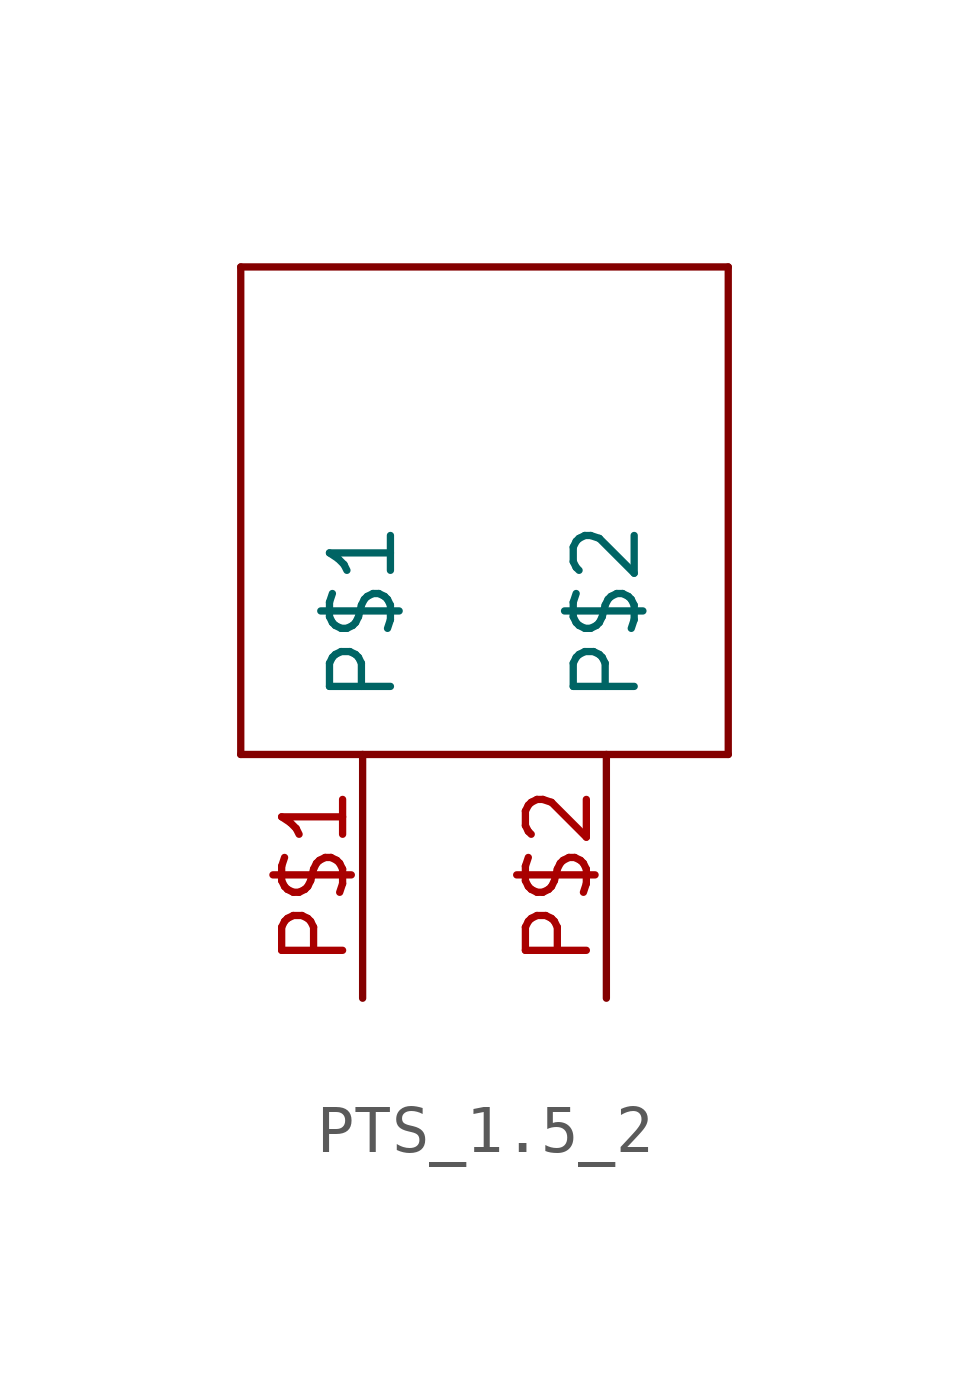
<source format=kicad_sym>
(kicad_symbol_lib
  (version 20220914)
  (generator kicad_symbol_editor)
  (symbol "PTS_1.5_2"
    (pin_names
      (offset 1.016))
    (property "Reference" "T3"
      (at 0 0 0)
      (effects (font (size 1.27 1.27)) hide))
    (symbol "PTS_1.5_2_1_0"
      (polyline (pts (xy -5.08 -5.08) (xy 5.08 -5.08)) (stroke (width 0) (type default)) (fill (type none)))
      (polyline (pts (xy -5.08 5.08) (xy -5.08 -5.08)) (stroke (width 0) (type default)) (fill (type none)))
      (polyline (pts (xy 5.08 -5.08) (xy 5.08 5.08)) (stroke (width 0) (type default)) (fill (type none)))
      (polyline (pts (xy 5.08 5.08) (xy -5.08 5.08)) (stroke (width 0) (type default)) (fill (type none)))
      (pin bidirectional line (at -2.54 -10.16 90) (length 5.08) (name "P$1" (effects (font (size 1.27 1.27)))) (number "P$1" (effects (font (size 1.27 1.27)))))
      (pin bidirectional line (at 2.54 -10.16 90) (length 5.08) (name "P$2" (effects (font (size 1.27 1.27)))) (number "P$2" (effects (font (size 1.27 1.27))))))))
</source>
